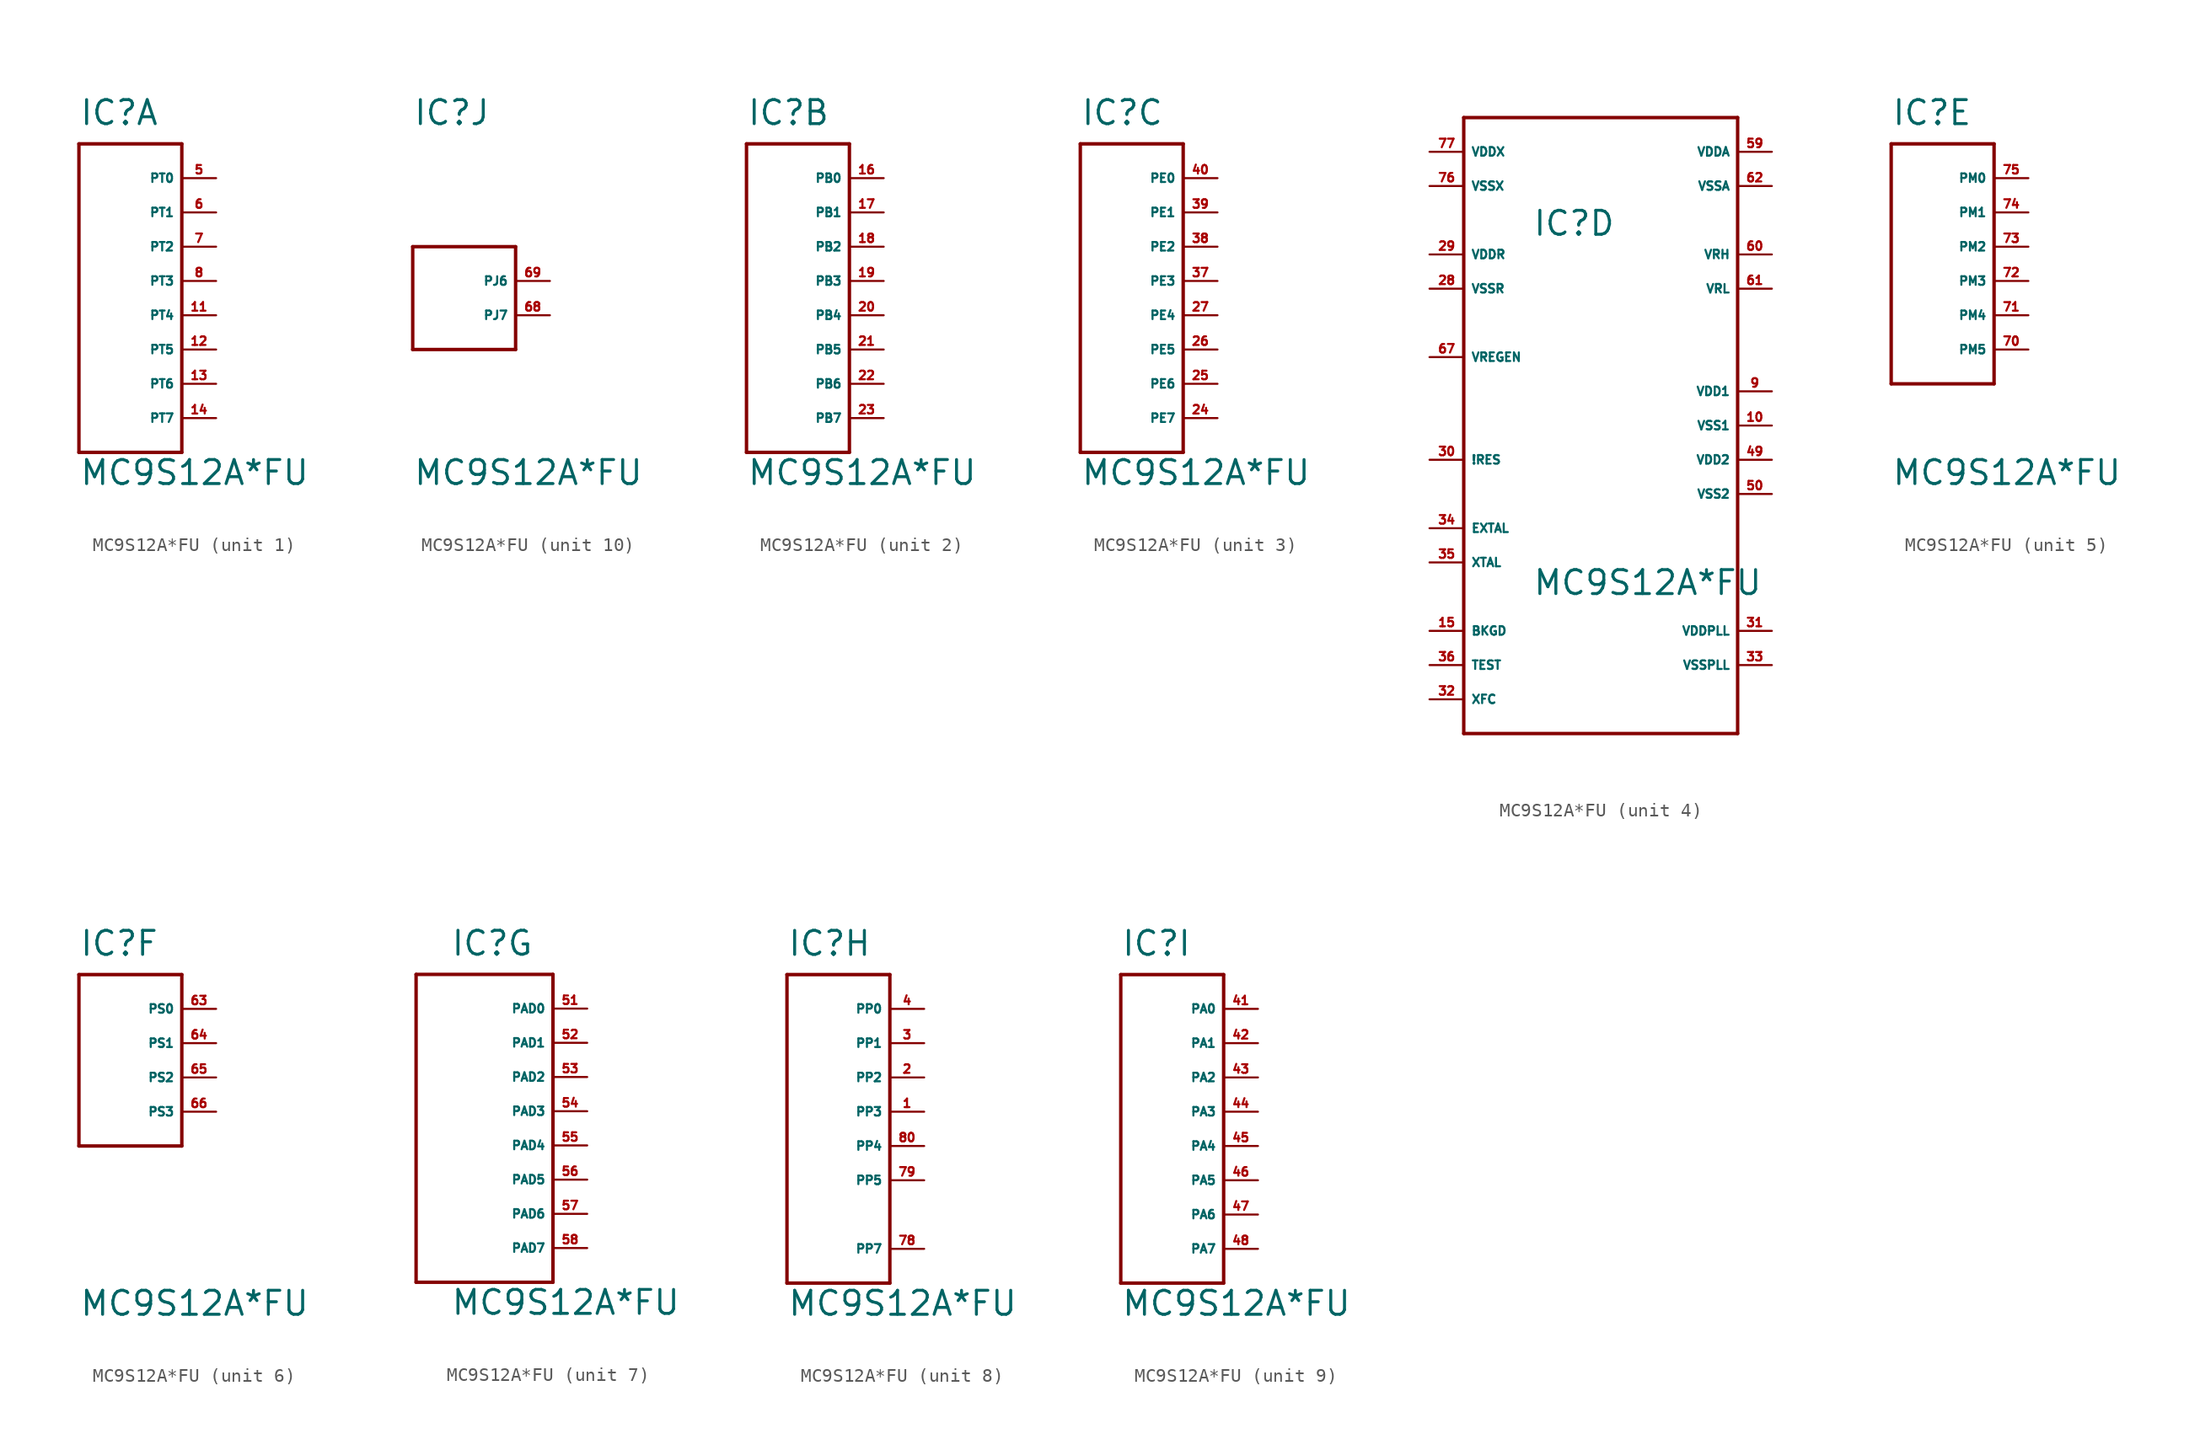
<source format=kicad_sym>
(kicad_symbol_lib
  (version 20220914)
  (generator Eagle2Kicad)
  (symbol "MC9S12A*FU"
    (property "Reference" "IC"
      (at -5.08 11.43 0)
      (effects (font (size 1.778 1.778) (thickness 0.22)) (justify left bottom)))
    (property "Value" "MC9S12A*FU"
      (at -5.08 -15.24 0)
      (effects (font (size 1.778 1.778) (thickness 0.22)) (justify left bottom)))
    (symbol "MC9S12A*FU_1_0"
      (polyline (pts (xy 2.54 10.16) (xy -5.08 10.16)) (stroke (width 0.254) (type default)) (fill (type none)))
      (polyline (pts (xy -5.08 10.16) (xy -5.08 -12.7)) (stroke (width 0.254) (type default)) (fill (type none)))
      (polyline (pts (xy -5.08 -12.7) (xy 2.54 -12.7)) (stroke (width 0.254) (type default)) (fill (type none)))
      (polyline (pts (xy 2.54 -12.7) (xy 2.54 10.16)) (stroke (width 0.254) (type default)) (fill (type none)))
      (pin bidirectional line (at 5.08 7.62 180) (length 2.54) (name "PT0" (effects (font (size 0.635 0.635) (thickness 0.08)) (justify left bottom))) (number "5" (effects (font (size 0.635 0.635) (thickness 0.08)) (justify left bottom))))
      (pin bidirectional line (at 5.08 5.08 180) (length 2.54) (name "PT1" (effects (font (size 0.635 0.635) (thickness 0.08)) (justify left bottom))) (number "6" (effects (font (size 0.635 0.635) (thickness 0.08)) (justify left bottom))))
      (pin bidirectional line (at 5.08 2.54 180) (length 2.54) (name "PT2" (effects (font (size 0.635 0.635) (thickness 0.08)) (justify left bottom))) (number "7" (effects (font (size 0.635 0.635) (thickness 0.08)) (justify left bottom))))
      (pin bidirectional line (at 5.08 0 180) (length 2.54) (name "PT3" (effects (font (size 0.635 0.635) (thickness 0.08)) (justify left bottom))) (number "8" (effects (font (size 0.635 0.635) (thickness 0.08)) (justify left bottom))))
      (pin bidirectional line (at 5.08 -2.54 180) (length 2.54) (name "PT4" (effects (font (size 0.635 0.635) (thickness 0.08)) (justify left bottom))) (number "11" (effects (font (size 0.635 0.635) (thickness 0.08)) (justify left bottom))))
      (pin bidirectional line (at 5.08 -5.08 180) (length 2.54) (name "PT5" (effects (font (size 0.635 0.635) (thickness 0.08)) (justify left bottom))) (number "12" (effects (font (size 0.635 0.635) (thickness 0.08)) (justify left bottom))))
      (pin bidirectional line (at 5.08 -7.62 180) (length 2.54) (name "PT6" (effects (font (size 0.635 0.635) (thickness 0.08)) (justify left bottom))) (number "13" (effects (font (size 0.635 0.635) (thickness 0.08)) (justify left bottom))))
      (pin bidirectional line (at 5.08 -10.16 180) (length 2.54) (name "PT7" (effects (font (size 0.635 0.635) (thickness 0.08)) (justify left bottom))) (number "14" (effects (font (size 0.635 0.635) (thickness 0.08)) (justify left bottom)))))
    (symbol "MC9S12A*FU_2_0"
      (polyline (pts (xy 2.54 10.16) (xy -5.08 10.16)) (stroke (width 0.254) (type default)) (fill (type none)))
      (polyline (pts (xy -5.08 10.16) (xy -5.08 -12.7)) (stroke (width 0.254) (type default)) (fill (type none)))
      (polyline (pts (xy -5.08 -12.7) (xy 2.54 -12.7)) (stroke (width 0.254) (type default)) (fill (type none)))
      (polyline (pts (xy 2.54 -12.7) (xy 2.54 10.16)) (stroke (width 0.254) (type default)) (fill (type none)))
      (pin bidirectional line (at 5.08 7.62 180) (length 2.54) (name "PB0" (effects (font (size 0.635 0.635) (thickness 0.08)) (justify left bottom))) (number "16" (effects (font (size 0.635 0.635) (thickness 0.08)) (justify left bottom))))
      (pin bidirectional line (at 5.08 5.08 180) (length 2.54) (name "PB1" (effects (font (size 0.635 0.635) (thickness 0.08)) (justify left bottom))) (number "17" (effects (font (size 0.635 0.635) (thickness 0.08)) (justify left bottom))))
      (pin bidirectional line (at 5.08 2.54 180) (length 2.54) (name "PB2" (effects (font (size 0.635 0.635) (thickness 0.08)) (justify left bottom))) (number "18" (effects (font (size 0.635 0.635) (thickness 0.08)) (justify left bottom))))
      (pin bidirectional line (at 5.08 0 180) (length 2.54) (name "PB3" (effects (font (size 0.635 0.635) (thickness 0.08)) (justify left bottom))) (number "19" (effects (font (size 0.635 0.635) (thickness 0.08)) (justify left bottom))))
      (pin bidirectional line (at 5.08 -2.54 180) (length 2.54) (name "PB4" (effects (font (size 0.635 0.635) (thickness 0.08)) (justify left bottom))) (number "20" (effects (font (size 0.635 0.635) (thickness 0.08)) (justify left bottom))))
      (pin bidirectional line (at 5.08 -5.08 180) (length 2.54) (name "PB5" (effects (font (size 0.635 0.635) (thickness 0.08)) (justify left bottom))) (number "21" (effects (font (size 0.635 0.635) (thickness 0.08)) (justify left bottom))))
      (pin bidirectional line (at 5.08 -7.62 180) (length 2.54) (name "PB6" (effects (font (size 0.635 0.635) (thickness 0.08)) (justify left bottom))) (number "22" (effects (font (size 0.635 0.635) (thickness 0.08)) (justify left bottom))))
      (pin bidirectional line (at 5.08 -10.16 180) (length 2.54) (name "PB7" (effects (font (size 0.635 0.635) (thickness 0.08)) (justify left bottom))) (number "23" (effects (font (size 0.635 0.635) (thickness 0.08)) (justify left bottom)))))
    (symbol "MC9S12A*FU_3_0"
      (polyline (pts (xy 2.54 10.16) (xy -5.08 10.16)) (stroke (width 0.254) (type default)) (fill (type none)))
      (polyline (pts (xy -5.08 10.16) (xy -5.08 -12.7)) (stroke (width 0.254) (type default)) (fill (type none)))
      (polyline (pts (xy -5.08 -12.7) (xy 2.54 -12.7)) (stroke (width 0.254) (type default)) (fill (type none)))
      (polyline (pts (xy 2.54 -12.7) (xy 2.54 10.16)) (stroke (width 0.254) (type default)) (fill (type none)))
      (pin input line (at 5.08 7.62 180) (length 2.54) (name "PE0" (effects (font (size 0.635 0.635) (thickness 0.08)) (justify left bottom))) (number "40" (effects (font (size 0.635 0.635) (thickness 0.08)) (justify left bottom))))
      (pin input line (at 5.08 5.08 180) (length 2.54) (name "PE1" (effects (font (size 0.635 0.635) (thickness 0.08)) (justify left bottom))) (number "39" (effects (font (size 0.635 0.635) (thickness 0.08)) (justify left bottom))))
      (pin bidirectional line (at 5.08 2.54 180) (length 2.54) (name "PE2" (effects (font (size 0.635 0.635) (thickness 0.08)) (justify left bottom))) (number "38" (effects (font (size 0.635 0.635) (thickness 0.08)) (justify left bottom))))
      (pin bidirectional line (at 5.08 0 180) (length 2.54) (name "PE3" (effects (font (size 0.635 0.635) (thickness 0.08)) (justify left bottom))) (number "37" (effects (font (size 0.635 0.635) (thickness 0.08)) (justify left bottom))))
      (pin bidirectional line (at 5.08 -2.54 180) (length 2.54) (name "PE4" (effects (font (size 0.635 0.635) (thickness 0.08)) (justify left bottom))) (number "27" (effects (font (size 0.635 0.635) (thickness 0.08)) (justify left bottom))))
      (pin bidirectional line (at 5.08 -5.08 180) (length 2.54) (name "PE5" (effects (font (size 0.635 0.635) (thickness 0.08)) (justify left bottom))) (number "26" (effects (font (size 0.635 0.635) (thickness 0.08)) (justify left bottom))))
      (pin bidirectional line (at 5.08 -7.62 180) (length 2.54) (name "PE6" (effects (font (size 0.635 0.635) (thickness 0.08)) (justify left bottom))) (number "25" (effects (font (size 0.635 0.635) (thickness 0.08)) (justify left bottom))))
      (pin bidirectional line (at 5.08 -10.16 180) (length 2.54) (name "PE7" (effects (font (size 0.635 0.635) (thickness 0.08)) (justify left bottom))) (number "24" (effects (font (size 0.635 0.635) (thickness 0.08)) (justify left bottom)))))
    (symbol "MC9S12A*FU_4_0"
      (polyline (pts (xy -10.16 20.32) (xy 10.16 20.32)) (stroke (width 0.254) (type default)) (fill (type none)))
      (polyline (pts (xy 10.16 20.32) (xy 10.16 -25.4)) (stroke (width 0.254) (type default)) (fill (type none)))
      (polyline (pts (xy 10.16 -25.4) (xy -10.16 -25.4)) (stroke (width 0.254) (type default)) (fill (type none)))
      (polyline (pts (xy -10.16 -25.4) (xy -10.16 20.32)) (stroke (width 0.254) (type default)) (fill (type none)))
      (pin output line (at 12.7 0 180) (length 2.54) (name "VDD1" (effects (font (size 0.635 0.635) (thickness 0.08)) (justify left bottom))) (number "9" (effects (font (size 0.635 0.635) (thickness 0.08)) (justify left bottom))))
      (pin output line (at 12.7 -2.54 180) (length 2.54) (name "VSS1" (effects (font (size 0.635 0.635) (thickness 0.08)) (justify left bottom))) (number "10" (effects (font (size 0.635 0.635) (thickness 0.08)) (justify left bottom))))
      (pin open_collector line (at -12.7 -17.78 0) (length 2.54) (name "BKGD" (effects (font (size 0.635 0.635) (thickness 0.08)) (justify left bottom))) (number "15" (effects (font (size 0.635 0.635) (thickness 0.08)) (justify left bottom))))
      (pin unspecified line (at -12.7 7.62 0) (length 2.54) (name "VSSR" (effects (font (size 0.635 0.635) (thickness 0.08)) (justify left bottom))) (number "28" (effects (font (size 0.635 0.635) (thickness 0.08)) (justify left bottom))))
      (pin unspecified line (at -12.7 10.16 0) (length 2.54) (name "VDDR" (effects (font (size 0.635 0.635) (thickness 0.08)) (justify left bottom))) (number "29" (effects (font (size 0.635 0.635) (thickness 0.08)) (justify left bottom))))
      (pin bidirectional line (at -12.7 -5.08 0) (length 2.54) (name "!RES" (effects (font (size 0.635 0.635) (thickness 0.08)) (justify left bottom))) (number "30" (effects (font (size 0.635 0.635) (thickness 0.08)) (justify left bottom))))
      (pin output line (at 12.7 -17.78 180) (length 2.54) (name "VDDPLL" (effects (font (size 0.635 0.635) (thickness 0.08)) (justify left bottom))) (number "31" (effects (font (size 0.635 0.635) (thickness 0.08)) (justify left bottom))))
      (pin output line (at 12.7 -20.32 180) (length 2.54) (name "VSSPLL" (effects (font (size 0.635 0.635) (thickness 0.08)) (justify left bottom))) (number "33" (effects (font (size 0.635 0.635) (thickness 0.08)) (justify left bottom))))
      (pin input line (at -12.7 -10.16 0) (length 2.54) (name "EXTAL" (effects (font (size 0.635 0.635) (thickness 0.08)) (justify left bottom))) (number "34" (effects (font (size 0.635 0.635) (thickness 0.08)) (justify left bottom))))
      (pin output line (at -12.7 -12.7 0) (length 2.54) (name "XTAL" (effects (font (size 0.635 0.635) (thickness 0.08)) (justify left bottom))) (number "35" (effects (font (size 0.635 0.635) (thickness 0.08)) (justify left bottom))))
      (pin input line (at -12.7 -20.32 0) (length 2.54) (name "TEST" (effects (font (size 0.635 0.635) (thickness 0.08)) (justify left bottom))) (number "36" (effects (font (size 0.635 0.635) (thickness 0.08)) (justify left bottom))))
      (pin output line (at 12.7 -5.08 180) (length 2.54) (name "VDD2" (effects (font (size 0.635 0.635) (thickness 0.08)) (justify left bottom))) (number "49" (effects (font (size 0.635 0.635) (thickness 0.08)) (justify left bottom))))
      (pin output line (at 12.7 -7.62 180) (length 2.54) (name "VSS2" (effects (font (size 0.635 0.635) (thickness 0.08)) (justify left bottom))) (number "50" (effects (font (size 0.635 0.635) (thickness 0.08)) (justify left bottom))))
      (pin unspecified line (at 12.7 17.78 180) (length 2.54) (name "VDDA" (effects (font (size 0.635 0.635) (thickness 0.08)) (justify left bottom))) (number "59" (effects (font (size 0.635 0.635) (thickness 0.08)) (justify left bottom))))
      (pin unspecified line (at 12.7 15.24 180) (length 2.54) (name "VSSA" (effects (font (size 0.635 0.635) (thickness 0.08)) (justify left bottom))) (number "62" (effects (font (size 0.635 0.635) (thickness 0.08)) (justify left bottom))))
      (pin input line (at 12.7 10.16 180) (length 2.54) (name "VRH" (effects (font (size 0.635 0.635) (thickness 0.08)) (justify left bottom))) (number "60" (effects (font (size 0.635 0.635) (thickness 0.08)) (justify left bottom))))
      (pin input line (at 12.7 7.62 180) (length 2.54) (name "VRL" (effects (font (size 0.635 0.635) (thickness 0.08)) (justify left bottom))) (number "61" (effects (font (size 0.635 0.635) (thickness 0.08)) (justify left bottom))))
      (pin input line (at -12.7 2.54 0) (length 2.54) (name "VREGEN" (effects (font (size 0.635 0.635) (thickness 0.08)) (justify left bottom))) (number "67" (effects (font (size 0.635 0.635) (thickness 0.08)) (justify left bottom))))
      (pin unspecified line (at -12.7 17.78 0) (length 2.54) (name "VDDX" (effects (font (size 0.635 0.635) (thickness 0.08)) (justify left bottom))) (number "77" (effects (font (size 0.635 0.635) (thickness 0.08)) (justify left bottom))))
      (pin unspecified line (at -12.7 15.24 0) (length 2.54) (name "VSSX" (effects (font (size 0.635 0.635) (thickness 0.08)) (justify left bottom))) (number "76" (effects (font (size 0.635 0.635) (thickness 0.08)) (justify left bottom))))
      (pin bidirectional line (at -12.7 -22.86 0) (length 2.54) (name "XFC" (effects (font (size 0.635 0.635) (thickness 0.08)) (justify left bottom))) (number "32" (effects (font (size 0.635 0.635) (thickness 0.08)) (justify left bottom)))))
    (symbol "MC9S12A*FU_5_0"
      (polyline (pts (xy 2.54 10.16) (xy -5.08 10.16)) (stroke (width 0.254) (type default)) (fill (type none)))
      (polyline (pts (xy -5.08 10.16) (xy -5.08 -7.62)) (stroke (width 0.254) (type default)) (fill (type none)))
      (polyline (pts (xy -5.08 -7.62) (xy 2.54 -7.62)) (stroke (width 0.254) (type default)) (fill (type none)))
      (polyline (pts (xy 2.54 -7.62) (xy 2.54 10.16)) (stroke (width 0.254) (type default)) (fill (type none)))
      (pin bidirectional line (at 5.08 7.62 180) (length 2.54) (name "PM0" (effects (font (size 0.635 0.635) (thickness 0.08)) (justify left bottom))) (number "75" (effects (font (size 0.635 0.635) (thickness 0.08)) (justify left bottom))))
      (pin bidirectional line (at 5.08 5.08 180) (length 2.54) (name "PM1" (effects (font (size 0.635 0.635) (thickness 0.08)) (justify left bottom))) (number "74" (effects (font (size 0.635 0.635) (thickness 0.08)) (justify left bottom))))
      (pin bidirectional line (at 5.08 2.54 180) (length 2.54) (name "PM2" (effects (font (size 0.635 0.635) (thickness 0.08)) (justify left bottom))) (number "73" (effects (font (size 0.635 0.635) (thickness 0.08)) (justify left bottom))))
      (pin bidirectional line (at 5.08 0 180) (length 2.54) (name "PM3" (effects (font (size 0.635 0.635) (thickness 0.08)) (justify left bottom))) (number "72" (effects (font (size 0.635 0.635) (thickness 0.08)) (justify left bottom))))
      (pin bidirectional line (at 5.08 -2.54 180) (length 2.54) (name "PM4" (effects (font (size 0.635 0.635) (thickness 0.08)) (justify left bottom))) (number "71" (effects (font (size 0.635 0.635) (thickness 0.08)) (justify left bottom))))
      (pin bidirectional line (at 5.08 -5.08 180) (length 2.54) (name "PM5" (effects (font (size 0.635 0.635) (thickness 0.08)) (justify left bottom))) (number "70" (effects (font (size 0.635 0.635) (thickness 0.08)) (justify left bottom)))))
    (symbol "MC9S12A*FU_6_0"
      (polyline (pts (xy 2.54 10.16) (xy -5.08 10.16)) (stroke (width 0.254) (type default)) (fill (type none)))
      (polyline (pts (xy -5.08 10.16) (xy -5.08 -2.54)) (stroke (width 0.254) (type default)) (fill (type none)))
      (polyline (pts (xy -5.08 -2.54) (xy 2.54 -2.54)) (stroke (width 0.254) (type default)) (fill (type none)))
      (polyline (pts (xy 2.54 -2.54) (xy 2.54 10.16)) (stroke (width 0.254) (type default)) (fill (type none)))
      (pin bidirectional line (at 5.08 7.62 180) (length 2.54) (name "PS0" (effects (font (size 0.635 0.635) (thickness 0.08)) (justify left bottom))) (number "63" (effects (font (size 0.635 0.635) (thickness 0.08)) (justify left bottom))))
      (pin bidirectional line (at 5.08 5.08 180) (length 2.54) (name "PS1" (effects (font (size 0.635 0.635) (thickness 0.08)) (justify left bottom))) (number "64" (effects (font (size 0.635 0.635) (thickness 0.08)) (justify left bottom))))
      (pin bidirectional line (at 5.08 2.54 180) (length 2.54) (name "PS2" (effects (font (size 0.635 0.635) (thickness 0.08)) (justify left bottom))) (number "65" (effects (font (size 0.635 0.635) (thickness 0.08)) (justify left bottom))))
      (pin bidirectional line (at 5.08 0 180) (length 2.54) (name "PS3" (effects (font (size 0.635 0.635) (thickness 0.08)) (justify left bottom))) (number "66" (effects (font (size 0.635 0.635) (thickness 0.08)) (justify left bottom)))))
    (symbol "MC9S12A*FU_7_0"
      (polyline (pts (xy 2.54 10.16) (xy -7.62 10.16)) (stroke (width 0.254) (type default)) (fill (type none)))
      (polyline (pts (xy -7.62 10.16) (xy -7.62 -12.7)) (stroke (width 0.254) (type default)) (fill (type none)))
      (polyline (pts (xy -7.62 -12.7) (xy 2.54 -12.7)) (stroke (width 0.254) (type default)) (fill (type none)))
      (polyline (pts (xy 2.54 -12.7) (xy 2.54 10.16)) (stroke (width 0.254) (type default)) (fill (type none)))
      (pin bidirectional line (at 5.08 7.62 180) (length 2.54) (name "PAD0" (effects (font (size 0.635 0.635) (thickness 0.08)) (justify left bottom))) (number "51" (effects (font (size 0.635 0.635) (thickness 0.08)) (justify left bottom))))
      (pin bidirectional line (at 5.08 5.08 180) (length 2.54) (name "PAD1" (effects (font (size 0.635 0.635) (thickness 0.08)) (justify left bottom))) (number "52" (effects (font (size 0.635 0.635) (thickness 0.08)) (justify left bottom))))
      (pin bidirectional line (at 5.08 2.54 180) (length 2.54) (name "PAD2" (effects (font (size 0.635 0.635) (thickness 0.08)) (justify left bottom))) (number "53" (effects (font (size 0.635 0.635) (thickness 0.08)) (justify left bottom))))
      (pin bidirectional line (at 5.08 0 180) (length 2.54) (name "PAD3" (effects (font (size 0.635 0.635) (thickness 0.08)) (justify left bottom))) (number "54" (effects (font (size 0.635 0.635) (thickness 0.08)) (justify left bottom))))
      (pin bidirectional line (at 5.08 -2.54 180) (length 2.54) (name "PAD4" (effects (font (size 0.635 0.635) (thickness 0.08)) (justify left bottom))) (number "55" (effects (font (size 0.635 0.635) (thickness 0.08)) (justify left bottom))))
      (pin bidirectional line (at 5.08 -5.08 180) (length 2.54) (name "PAD5" (effects (font (size 0.635 0.635) (thickness 0.08)) (justify left bottom))) (number "56" (effects (font (size 0.635 0.635) (thickness 0.08)) (justify left bottom))))
      (pin bidirectional line (at 5.08 -7.62 180) (length 2.54) (name "PAD6" (effects (font (size 0.635 0.635) (thickness 0.08)) (justify left bottom))) (number "57" (effects (font (size 0.635 0.635) (thickness 0.08)) (justify left bottom))))
      (pin bidirectional line (at 5.08 -10.16 180) (length 2.54) (name "PAD7" (effects (font (size 0.635 0.635) (thickness 0.08)) (justify left bottom))) (number "58" (effects (font (size 0.635 0.635) (thickness 0.08)) (justify left bottom)))))
    (symbol "MC9S12A*FU_8_0"
      (polyline (pts (xy 2.54 10.16) (xy -5.08 10.16)) (stroke (width 0.254) (type default)) (fill (type none)))
      (polyline (pts (xy -5.08 10.16) (xy -5.08 -12.7)) (stroke (width 0.254) (type default)) (fill (type none)))
      (polyline (pts (xy -5.08 -12.7) (xy 2.54 -12.7)) (stroke (width 0.254) (type default)) (fill (type none)))
      (polyline (pts (xy 2.54 -12.7) (xy 2.54 10.16)) (stroke (width 0.254) (type default)) (fill (type none)))
      (pin bidirectional line (at 5.08 7.62 180) (length 2.54) (name "PP0" (effects (font (size 0.635 0.635) (thickness 0.08)) (justify left bottom))) (number "4" (effects (font (size 0.635 0.635) (thickness 0.08)) (justify left bottom))))
      (pin bidirectional line (at 5.08 5.08 180) (length 2.54) (name "PP1" (effects (font (size 0.635 0.635) (thickness 0.08)) (justify left bottom))) (number "3" (effects (font (size 0.635 0.635) (thickness 0.08)) (justify left bottom))))
      (pin bidirectional line (at 5.08 2.54 180) (length 2.54) (name "PP2" (effects (font (size 0.635 0.635) (thickness 0.08)) (justify left bottom))) (number "2" (effects (font (size 0.635 0.635) (thickness 0.08)) (justify left bottom))))
      (pin bidirectional line (at 5.08 0 180) (length 2.54) (name "PP3" (effects (font (size 0.635 0.635) (thickness 0.08)) (justify left bottom))) (number "1" (effects (font (size 0.635 0.635) (thickness 0.08)) (justify left bottom))))
      (pin bidirectional line (at 5.08 -2.54 180) (length 2.54) (name "PP4" (effects (font (size 0.635 0.635) (thickness 0.08)) (justify left bottom))) (number "80" (effects (font (size 0.635 0.635) (thickness 0.08)) (justify left bottom))))
      (pin bidirectional line (at 5.08 -5.08 180) (length 2.54) (name "PP5" (effects (font (size 0.635 0.635) (thickness 0.08)) (justify left bottom))) (number "79" (effects (font (size 0.635 0.635) (thickness 0.08)) (justify left bottom))))
      (pin bidirectional line (at 5.08 -10.16 180) (length 2.54) (name "PP7" (effects (font (size 0.635 0.635) (thickness 0.08)) (justify left bottom))) (number "78" (effects (font (size 0.635 0.635) (thickness 0.08)) (justify left bottom)))))
    (symbol "MC9S12A*FU_9_0"
      (polyline (pts (xy 2.54 10.16) (xy -5.08 10.16)) (stroke (width 0.254) (type default)) (fill (type none)))
      (polyline (pts (xy -5.08 10.16) (xy -5.08 -12.7)) (stroke (width 0.254) (type default)) (fill (type none)))
      (polyline (pts (xy -5.08 -12.7) (xy 2.54 -12.7)) (stroke (width 0.254) (type default)) (fill (type none)))
      (polyline (pts (xy 2.54 -12.7) (xy 2.54 10.16)) (stroke (width 0.254) (type default)) (fill (type none)))
      (pin bidirectional line (at 5.08 7.62 180) (length 2.54) (name "PA0" (effects (font (size 0.635 0.635) (thickness 0.08)) (justify left bottom))) (number "41" (effects (font (size 0.635 0.635) (thickness 0.08)) (justify left bottom))))
      (pin bidirectional line (at 5.08 5.08 180) (length 2.54) (name "PA1" (effects (font (size 0.635 0.635) (thickness 0.08)) (justify left bottom))) (number "42" (effects (font (size 0.635 0.635) (thickness 0.08)) (justify left bottom))))
      (pin bidirectional line (at 5.08 2.54 180) (length 2.54) (name "PA2" (effects (font (size 0.635 0.635) (thickness 0.08)) (justify left bottom))) (number "43" (effects (font (size 0.635 0.635) (thickness 0.08)) (justify left bottom))))
      (pin bidirectional line (at 5.08 0 180) (length 2.54) (name "PA3" (effects (font (size 0.635 0.635) (thickness 0.08)) (justify left bottom))) (number "44" (effects (font (size 0.635 0.635) (thickness 0.08)) (justify left bottom))))
      (pin bidirectional line (at 5.08 -2.54 180) (length 2.54) (name "PA4" (effects (font (size 0.635 0.635) (thickness 0.08)) (justify left bottom))) (number "45" (effects (font (size 0.635 0.635) (thickness 0.08)) (justify left bottom))))
      (pin bidirectional line (at 5.08 -5.08 180) (length 2.54) (name "PA5" (effects (font (size 0.635 0.635) (thickness 0.08)) (justify left bottom))) (number "46" (effects (font (size 0.635 0.635) (thickness 0.08)) (justify left bottom))))
      (pin bidirectional line (at 5.08 -7.62 180) (length 2.54) (name "PA6" (effects (font (size 0.635 0.635) (thickness 0.08)) (justify left bottom))) (number "47" (effects (font (size 0.635 0.635) (thickness 0.08)) (justify left bottom))))
      (pin bidirectional line (at 5.08 -10.16 180) (length 2.54) (name "PA7" (effects (font (size 0.635 0.635) (thickness 0.08)) (justify left bottom))) (number "48" (effects (font (size 0.635 0.635) (thickness 0.08)) (justify left bottom)))))
    (symbol "MC9S12A*FU_10_0"
      (polyline (pts (xy 2.54 2.54) (xy -5.08 2.54)) (stroke (width 0.254) (type default)) (fill (type none)))
      (polyline (pts (xy -5.08 2.54) (xy -5.08 -5.08)) (stroke (width 0.254) (type default)) (fill (type none)))
      (polyline (pts (xy -5.08 -5.08) (xy 2.54 -5.08)) (stroke (width 0.254) (type default)) (fill (type none)))
      (polyline (pts (xy 2.54 -5.08) (xy 2.54 2.54)) (stroke (width 0.254) (type default)) (fill (type none)))
      (pin bidirectional line (at 5.08 0 180) (length 2.54) (name "PJ6" (effects (font (size 0.635 0.635) (thickness 0.08)) (justify left bottom))) (number "69" (effects (font (size 0.635 0.635) (thickness 0.08)) (justify left bottom))))
      (pin bidirectional line (at 5.08 -2.54 180) (length 2.54) (name "PJ7" (effects (font (size 0.635 0.635) (thickness 0.08)) (justify left bottom))) (number "68" (effects (font (size 0.635 0.635) (thickness 0.08)) (justify left bottom)))))))
</source>
